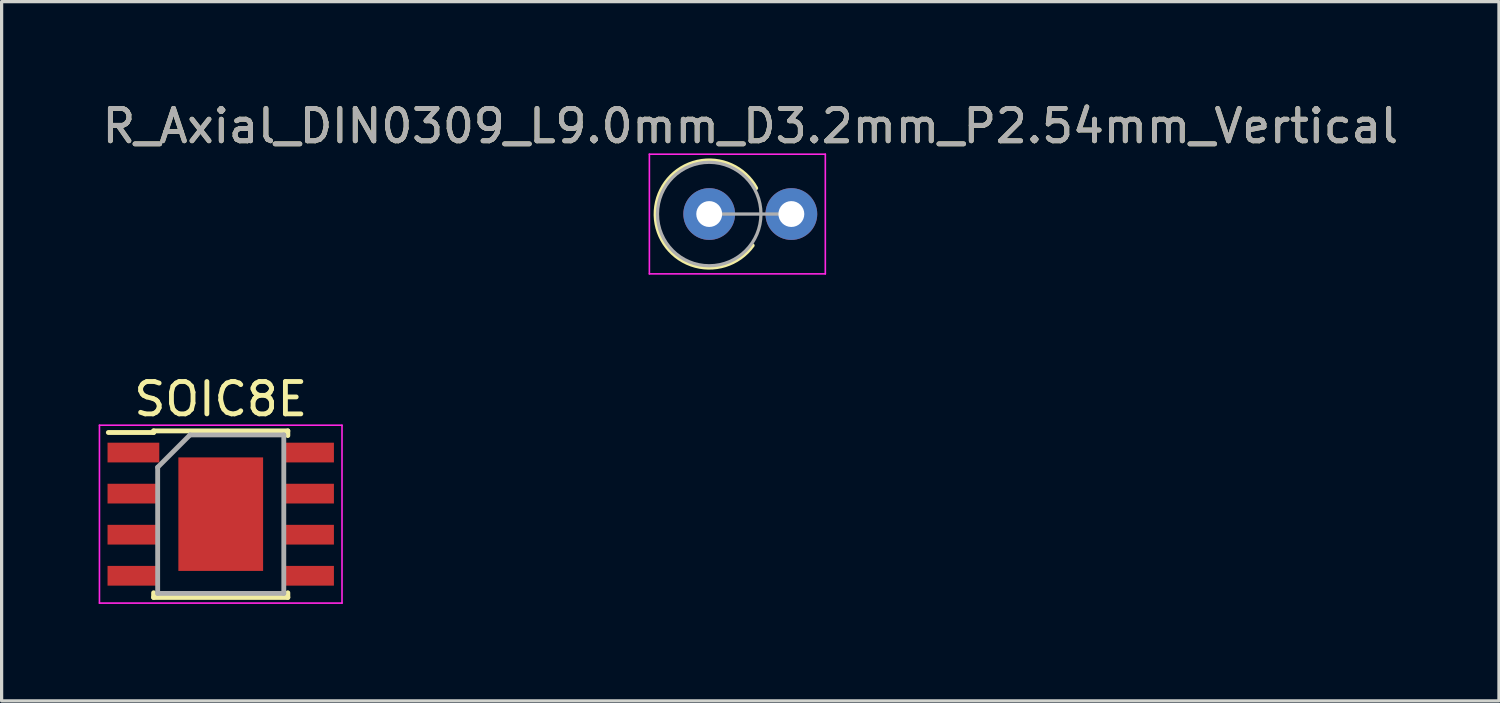
<source format=kicad_pcb>
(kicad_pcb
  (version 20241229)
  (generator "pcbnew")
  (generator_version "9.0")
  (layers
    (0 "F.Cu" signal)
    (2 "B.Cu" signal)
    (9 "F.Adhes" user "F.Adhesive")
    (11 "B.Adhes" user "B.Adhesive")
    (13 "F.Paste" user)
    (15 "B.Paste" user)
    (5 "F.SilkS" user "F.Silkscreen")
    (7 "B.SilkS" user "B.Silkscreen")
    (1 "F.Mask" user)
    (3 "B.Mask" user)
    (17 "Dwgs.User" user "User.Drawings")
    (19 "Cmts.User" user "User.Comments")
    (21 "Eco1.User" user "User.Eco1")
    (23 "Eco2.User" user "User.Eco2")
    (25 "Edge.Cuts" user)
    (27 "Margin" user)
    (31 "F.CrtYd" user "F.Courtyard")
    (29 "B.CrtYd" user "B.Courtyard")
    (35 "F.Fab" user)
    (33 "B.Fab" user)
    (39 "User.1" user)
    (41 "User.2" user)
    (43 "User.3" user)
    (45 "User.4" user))
  (footprint "R_Axial_DIN0309_L9.0mm_D3.2mm_P2.54mm_Vertical"
    (layer "F.Cu")
    (at 18.879 3.568)
    (property "Reference" "R_Axial_DIN0309_L9.0mm_D3.2mm_P2.54mm_Vertical" (at 1.27 -2.72 0) (layer "F.SilkS") (effects (font (size 1 1) (thickness 0.15))))
    (attr through_hole)
    (fp_arc (start 1.344775 0.97138) (mid -1.655812 -0.101418) (end 1.453272 -0.8) (stroke (width 0.12) (type solid)) (layer "F.SilkS"))
    (fp_line (start -1.85 -1.85) (end -1.85 1.85) (stroke (width 0.05) (type solid)) (layer "F.CrtYd"))
    (fp_line (start -1.85 1.85) (end 3.59 1.85) (stroke (width 0.05) (type solid)) (layer "F.CrtYd"))
    (fp_line (start 3.59 -1.85) (end -1.85 -1.85) (stroke (width 0.05) (type solid)) (layer "F.CrtYd"))
    (fp_line (start 3.59 1.85) (end 3.59 -1.85) (stroke (width 0.05) (type solid)) (layer "F.CrtYd"))
    (fp_line (start 0 0) (end 2.54 0) (stroke (width 0.1) (type solid)) (layer "F.Fab"))
    (fp_circle (center 0 0) (end 1.6 0) (stroke (width 0.1) (type solid)) (fill no) (layer "F.Fab"))
    (fp_text user "${REFERENCE}" (at 1.27 -2.72 0) (layer "F.Fab") (effects (font (size 1 1) (thickness 0.15))))
    (pad "1" thru_hole circle (at 0 0) (size 1.6 1.6) (drill 0.8) (layers "*.Cu" "*.Mask"))
    (pad "2" thru_hole oval (at 2.54 0) (size 1.6 1.6) (drill 0.8) (layers "*.Cu" "*.Mask")))
  (footprint "SOIC8E"
    (layer "F.Cu")
    (at 3.775 12.848)
    (property "Reference" "SOIC8E" (at 0 -3.556 0) (layer "F.SilkS") (effects (font (size 1 1) (thickness 0.15))))
    (attr through_hole)
    (fp_line (start -2.075 -2.575) (end -2.075 -2.525) (stroke (width 0.15) (type solid)) (layer "F.SilkS"))
    (fp_line (start -2.075 -2.575) (end 2.075 -2.575) (stroke (width 0.15) (type solid)) (layer "F.SilkS"))
    (fp_line (start -2.075 -2.525) (end -3.475 -2.525) (stroke (width 0.15) (type solid)) (layer "F.SilkS"))
    (fp_line (start -2.075 2.575) (end -2.075 2.43) (stroke (width 0.15) (type solid)) (layer "F.SilkS"))
    (fp_line (start -2.075 2.575) (end 2.075 2.575) (stroke (width 0.15) (type solid)) (layer "F.SilkS"))
    (fp_line (start 2.075 -2.575) (end 2.075 -2.43) (stroke (width 0.15) (type solid)) (layer "F.SilkS"))
    (fp_line (start 2.075 2.575) (end 2.075 2.43) (stroke (width 0.15) (type solid)) (layer "F.SilkS"))
    (fp_line (start -3.75 -2.75) (end -3.75 2.75) (stroke (width 0.05) (type solid)) (layer "F.CrtYd"))
    (fp_line (start -3.75 -2.75) (end 3.75 -2.75) (stroke (width 0.05) (type solid)) (layer "F.CrtYd"))
    (fp_line (start -3.75 2.75) (end 3.75 2.75) (stroke (width 0.05) (type solid)) (layer "F.CrtYd"))
    (fp_line (start 3.75 -2.75) (end 3.75 2.75) (stroke (width 0.05) (type solid)) (layer "F.CrtYd"))
    (fp_line (start -1.95 -1.45) (end -0.95 -2.45) (stroke (width 0.15) (type solid)) (layer "F.Fab"))
    (fp_line (start -1.95 2.45) (end -1.95 -1.45) (stroke (width 0.15) (type solid)) (layer "F.Fab"))
    (fp_line (start -0.95 -2.45) (end 1.95 -2.45) (stroke (width 0.15) (type solid)) (layer "F.Fab"))
    (fp_line (start 1.95 -2.45) (end 1.95 2.45) (stroke (width 0.15) (type solid)) (layer "F.Fab"))
    (fp_line (start 1.95 2.45) (end -1.95 2.45) (stroke (width 0.15) (type solid)) (layer "F.Fab"))
    (pad "" smd rect (at -0.588 -0.588) (size 0.95 0.95) (layers "F.Paste"))
    (pad "" smd rect (at -0.588 0.588) (size 0.95 0.95) (layers "F.Paste"))
    (pad "" smd rect (at 0.588 -0.588) (size 0.95 0.95) (layers "F.Paste"))
    (pad "" smd rect (at 0.588 0.588) (size 0.95 0.95) (layers "F.Paste"))
    (pad "1" smd rect (at -2.7 -1.905) (size 1.6 0.61) (layers "F.Cu" "F.Mask" "F.Paste"))
    (pad "2" smd rect (at -2.7 -0.635) (size 1.6 0.61) (layers "F.Cu" "F.Mask" "F.Paste"))
    (pad "3" smd rect (at -2.7 0.635) (size 1.6 0.61) (layers "F.Cu" "F.Mask" "F.Paste"))
    (pad "4" smd rect (at -2.7 1.905) (size 1.6 0.61) (layers "F.Cu" "F.Mask" "F.Paste"))
    (pad "5" smd rect (at 2.7 1.905) (size 1.6 0.61) (layers "F.Cu" "F.Mask" "F.Paste"))
    (pad "6" smd rect (at 2.7 0.635) (size 1.6 0.61) (layers "F.Cu" "F.Mask" "F.Paste"))
    (pad "7" smd rect (at 2.7 -0.635) (size 1.6 0.61) (layers "F.Cu" "F.Mask" "F.Paste"))
    (pad "8" smd rect (at 2.7 -1.905) (size 1.6 0.61) (layers "F.Cu" "F.Mask" "F.Paste"))
    (pad "9" smd rect (at 0 0) (size 2.62 3.51) (layers "F.Cu" "F.Mask")))
  (gr_rect
    (start -3 -3)
    (end 43.298 18.622)
    (stroke (width 0.1) (type default))
    (fill no)
    (layer "Edge.Cuts")))
</source>
